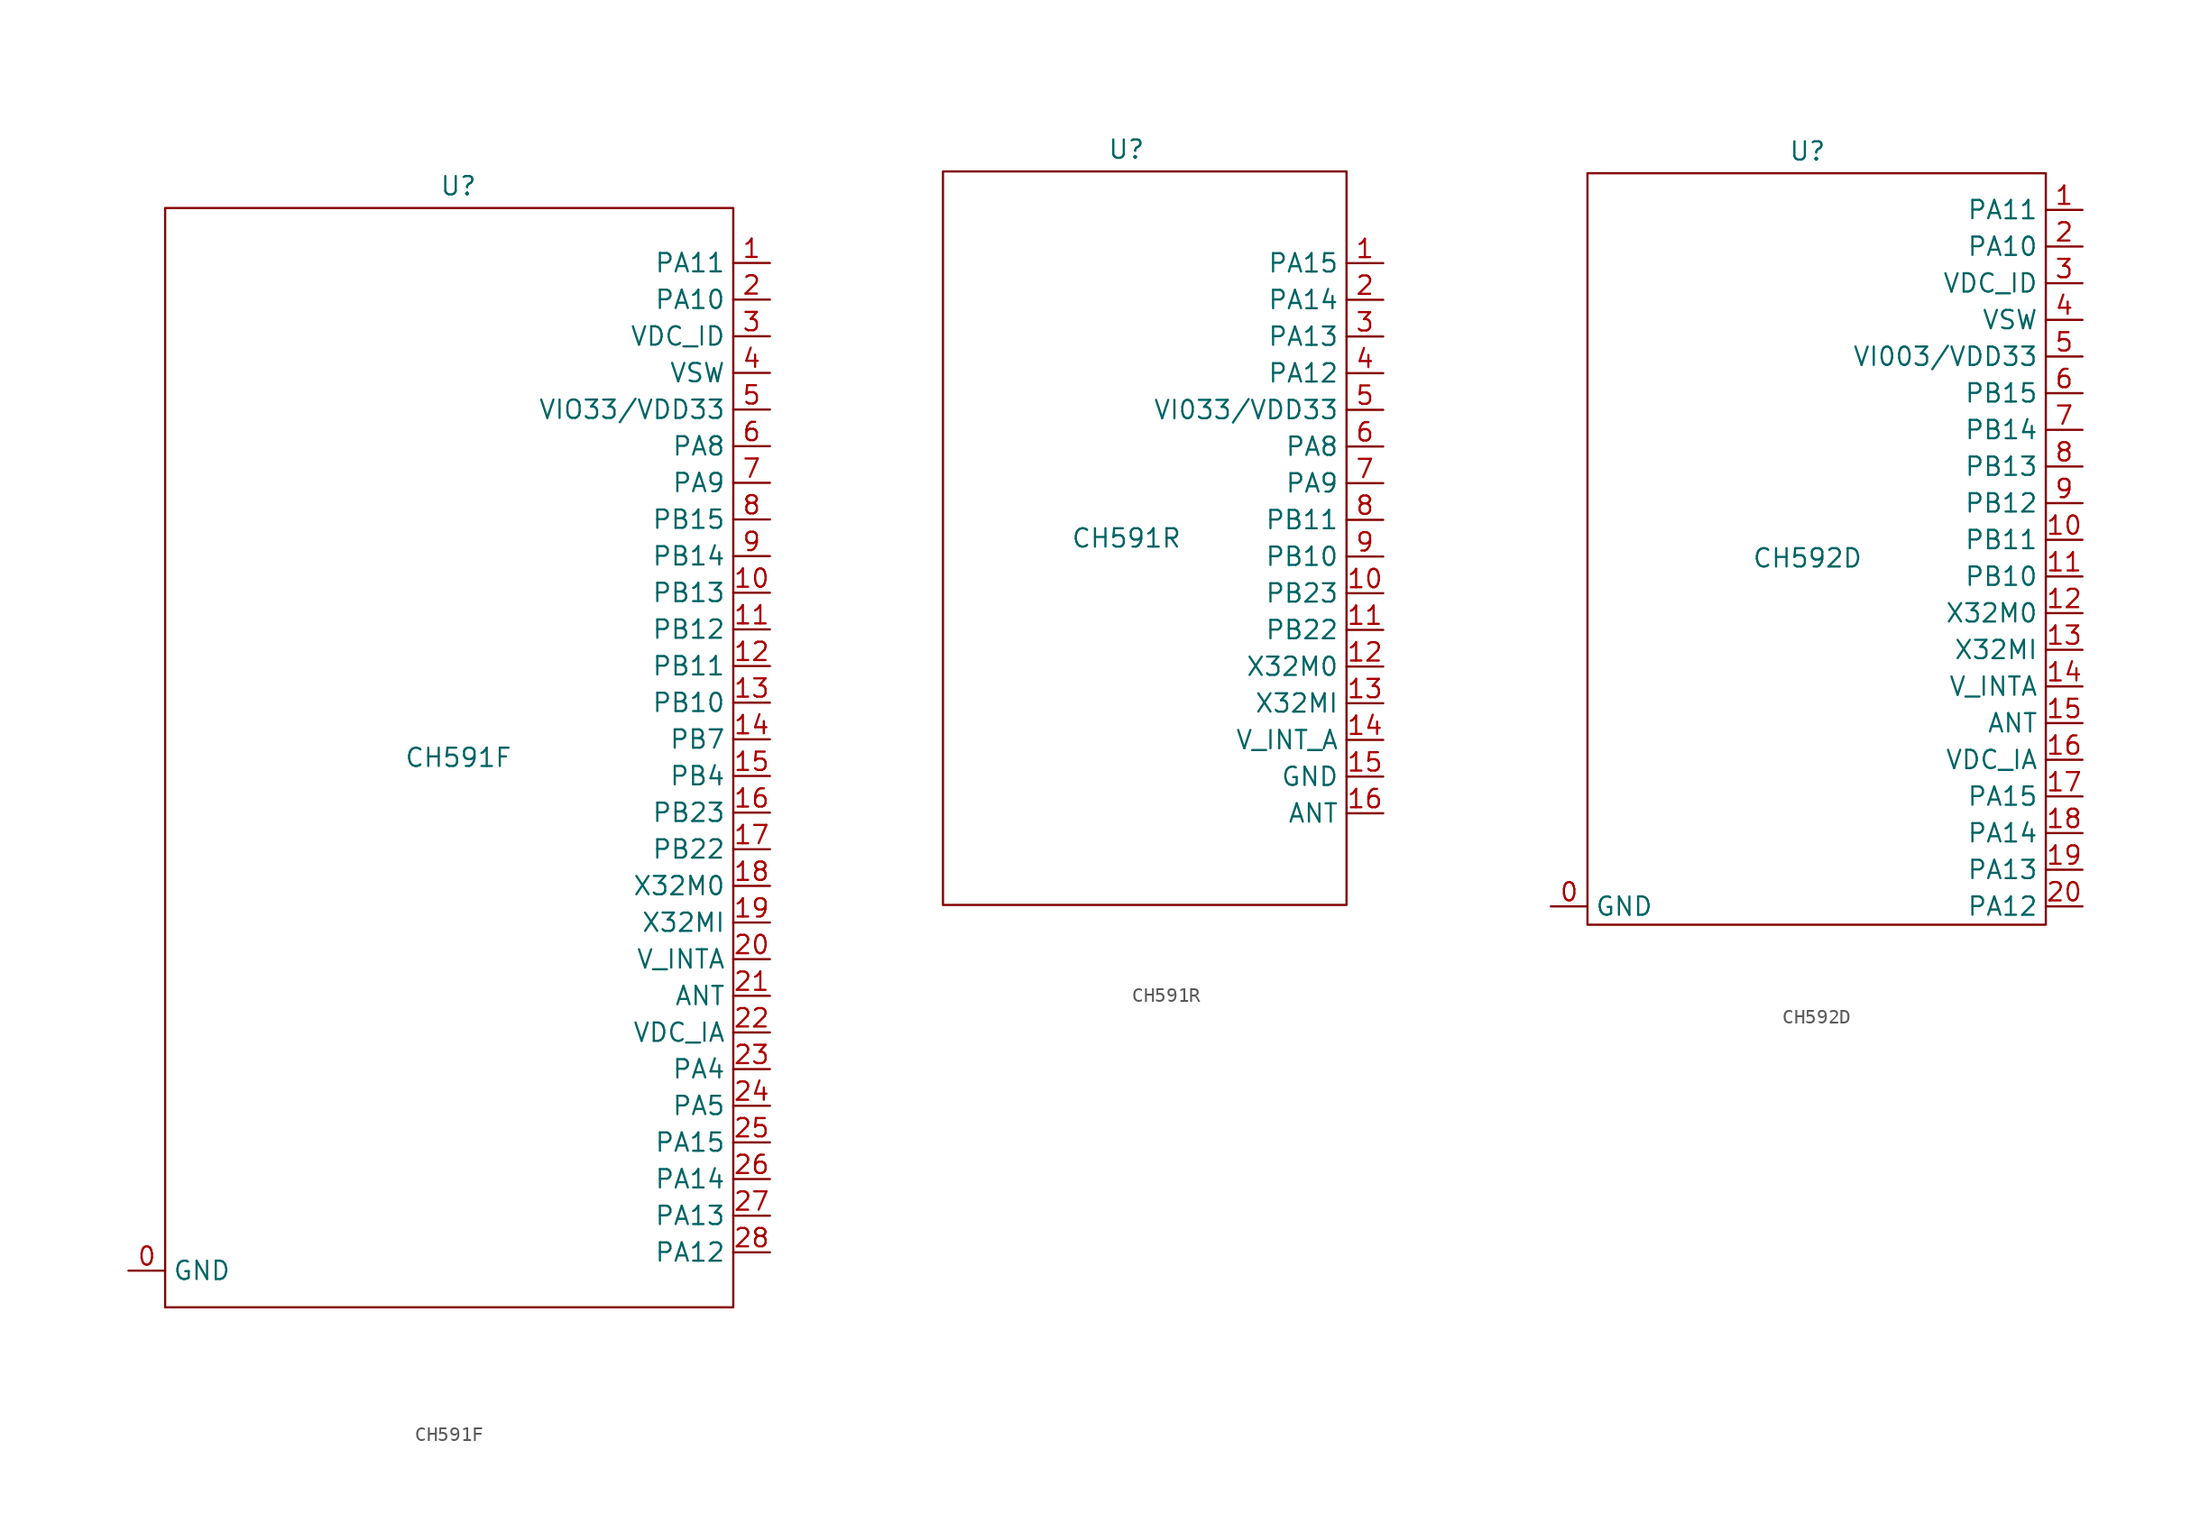
<source format=kicad_sym>
(kicad_symbol_lib
  (version 20231120)
  (generator "kicad_symbol_editor")
  (generator_version "8.0")
  (symbol "CH591F"
    (property "Reference" "U"
      (at 0 39.624 0)
      (effects (font (size 1.27 1.27))))
    (property "Value" "CH591F"
      (at 0 0 0)
      (effects (font (size 1.27 1.27))))
    (symbol "CH591F_0_1"
      (rectangle (start -20.32 38.1) (end 19.05 -38.1) (stroke (width 0) (type default)) (fill (type none))))
    (symbol "CH591F_1_1"
      (pin power_in line (at -22.86 -35.56 0) (length 2.54) (name "GND" (effects (font (size 1.27 1.27)))) (number "0" (effects (font (size 1.27 1.27)))))
      (pin bidirectional line (at 21.59 34.29 180) (length 2.54) (name "PA11" (effects (font (size 1.27 1.27)))) (number "1" (effects (font (size 1.27 1.27)))) (alternate "TMR2" bidirectional line) (alternate "X32KO" output line))
      (pin bidirectional line (at 21.59 11.43 180) (length 2.54) (name "PB13" (effects (font (size 1.27 1.27)))) (number "10" (effects (font (size 1.27 1.27)))) (alternate "DCD_" bidirectional line) (alternate "SCK0_" bidirectional line) (alternate "TXD1_" output line))
      (pin bidirectional line (at 21.59 8.89 180) (length 2.54) (name "PB12" (effects (font (size 1.27 1.27)))) (number "11" (effects (font (size 1.27 1.27)))) (alternate "RI_" input line) (alternate "RXD1_" input line) (alternate "SCS_" bidirectional line))
      (pin bidirectional line (at 21.59 6.35 180) (length 2.54) (name "PB11" (effects (font (size 1.27 1.27)))) (number "12" (effects (font (size 1.27 1.27)))) (alternate "TMR2_" bidirectional line) (alternate "UD+" bidirectional line))
      (pin bidirectional line (at 21.59 3.81 180) (length 2.54) (name "PB10" (effects (font (size 1.27 1.27)))) (number "13" (effects (font (size 1.27 1.27)))) (alternate "TMR1_" bidirectional line) (alternate "UD-" bidirectional line))
      (pin bidirectional line (at 21.59 1.27 180) (length 2.54) (name "PB7" (effects (font (size 1.27 1.27)))) (number "14" (effects (font (size 1.27 1.27)))) (alternate "PWM9" output line) (alternate "TXD0" output line))
      (pin bidirectional line (at 21.59 -1.27 180) (length 2.54) (name "PB4" (effects (font (size 1.27 1.27)))) (number "15" (effects (font (size 1.27 1.27)))) (alternate "PWM7" output line) (alternate "RXD0" input line))
      (pin bidirectional line (at 21.59 -3.81 180) (length 2.54) (name "PB23" (effects (font (size 1.27 1.27)))) (number "16" (effects (font (size 1.27 1.27)))) (alternate "PWM11" output line) (alternate "RST" input line) (alternate "TMR0_" bidirectional line))
      (pin bidirectional line (at 21.59 -6.35 180) (length 2.54) (name "PB22" (effects (font (size 1.27 1.27)))) (number "17" (effects (font (size 1.27 1.27)))) (alternate "TMR3" bidirectional line))
      (pin bidirectional line (at 21.59 -8.89 180) (length 2.54) (name "X32M0" (effects (font (size 1.27 1.27)))) (number "18" (effects (font (size 1.27 1.27)))))
      (pin bidirectional line (at 21.59 -11.43 180) (length 2.54) (name "X32MI" (effects (font (size 1.27 1.27)))) (number "19" (effects (font (size 1.27 1.27)))))
      (pin bidirectional line (at 21.59 31.75 180) (length 2.54) (name "PA10" (effects (font (size 1.27 1.27)))) (number "2" (effects (font (size 1.27 1.27)))) (alternate "TRM1" bidirectional line) (alternate "X32KI" input line))
      (pin bidirectional line (at 21.59 -13.97 180) (length 2.54) (name "V_INTA" (effects (font (size 1.27 1.27)))) (number "20" (effects (font (size 1.27 1.27)))))
      (pin bidirectional line (at 21.59 -16.51 180) (length 2.54) (name "ANT" (effects (font (size 1.27 1.27)))) (number "21" (effects (font (size 1.27 1.27)))))
      (pin bidirectional line (at 21.59 -19.05 180) (length 2.54) (name "VDC_IA" (effects (font (size 1.27 1.27)))) (number "22" (effects (font (size 1.27 1.27)))))
      (pin bidirectional line (at 21.59 -21.59 180) (length 2.54) (name "PA4" (effects (font (size 1.27 1.27)))) (number "23" (effects (font (size 1.27 1.27)))) (alternate "AIN0" input line))
      (pin bidirectional line (at 21.59 -24.13 180) (length 2.54) (name "PA5" (effects (font (size 1.27 1.27)))) (number "24" (effects (font (size 1.27 1.27)))) (alternate "AIN1" input line))
      (pin bidirectional line (at 21.59 -26.67 180) (length 2.54) (name "PA15" (effects (font (size 1.27 1.27)))) (number "25" (effects (font (size 1.27 1.27)))) (alternate "AIN5" input line) (alternate "MISO" input line) (alternate "RXD0_" input line))
      (pin bidirectional line (at 21.59 -29.21 180) (length 2.54) (name "PA14" (effects (font (size 1.27 1.27)))) (number "26" (effects (font (size 1.27 1.27)))) (alternate "AIN4" input line) (alternate "MOSI" output line) (alternate "TXD0_" output line))
      (pin bidirectional line (at 21.59 -31.75 180) (length 2.54) (name "PA13" (effects (font (size 1.27 1.27)))) (number "27" (effects (font (size 1.27 1.27)))) (alternate "AIN3" input line) (alternate "PWM5" output line) (alternate "SCK0" bidirectional line))
      (pin bidirectional line (at 21.59 -34.29 180) (length 2.54) (name "PA12" (effects (font (size 1.27 1.27)))) (number "28" (effects (font (size 1.27 1.27)))) (alternate "AIN2" input line) (alternate "PWM4" output line) (alternate "SCS" bidirectional line))
      (pin bidirectional line (at 21.59 29.21 180) (length 2.54) (name "VDC_ID" (effects (font (size 1.27 1.27)))) (number "3" (effects (font (size 1.27 1.27)))))
      (pin bidirectional line (at 21.59 26.67 180) (length 2.54) (name "VSW" (effects (font (size 1.27 1.27)))) (number "4" (effects (font (size 1.27 1.27)))))
      (pin power_in line (at 21.59 24.13 180) (length 2.54) (name "VIO33/VDD33" (effects (font (size 1.27 1.27)))) (number "5" (effects (font (size 1.27 1.27)))))
      (pin bidirectional line (at 21.59 21.59 180) (length 2.54) (name "PA8" (effects (font (size 1.27 1.27)))) (number "6" (effects (font (size 1.27 1.27)))) (alternate "RXD1" input line))
      (pin bidirectional line (at 21.59 19.05 180) (length 2.54) (name "PA9" (effects (font (size 1.27 1.27)))) (number "7" (effects (font (size 1.27 1.27)))) (alternate "TMR0" bidirectional line) (alternate "TXD1" output line))
      (pin bidirectional line (at 21.59 16.51 180) (length 2.54) (name "PB15" (effects (font (size 1.27 1.27)))) (number "8" (effects (font (size 1.27 1.27)))) (alternate "DTR" bidirectional line) (alternate "MISO_" input line) (alternate "TCK" bidirectional line))
      (pin bidirectional line (at 21.59 13.97 180) (length 2.54) (name "PB14" (effects (font (size 1.27 1.27)))) (number "9" (effects (font (size 1.27 1.27)))) (alternate "DSR" bidirectional line) (alternate "MOSI_" output line) (alternate "PWM10" output line) (alternate "TIO" bidirectional line))))
  (symbol "CH591R"
    (property "Reference" "U"
      (at 0 26.924 0)
      (effects (font (size 1.27 1.27))))
    (property "Value" "CH591R"
      (at 0 0 0)
      (effects (font (size 1.27 1.27))))
    (symbol "CH591R_0_1"
      (rectangle (start 15.24 25.4) (end -12.7 -25.4) (stroke (width 0) (type default)) (fill (type none))))
    (symbol "CH591R_1_1"
      (pin bidirectional line (at 17.78 19.05 180) (length 2.54) (name "PA15" (effects (font (size 1.27 1.27)))) (number "1" (effects (font (size 1.27 1.27)))) (alternate "AIN5" input line) (alternate "MISO" input line) (alternate "RXD0_" input line))
      (pin bidirectional line (at 17.78 -3.81 180) (length 2.54) (name "PB23" (effects (font (size 1.27 1.27)))) (number "10" (effects (font (size 1.27 1.27)))) (alternate "PWM11" output line) (alternate "RST" input line) (alternate "TMR0_" bidirectional line))
      (pin bidirectional line (at 17.78 -6.35 180) (length 2.54) (name "PB22" (effects (font (size 1.27 1.27)))) (number "11" (effects (font (size 1.27 1.27)))) (alternate "TMR3" bidirectional line))
      (pin bidirectional line (at 17.78 -8.89 180) (length 2.54) (name "X32M0" (effects (font (size 1.27 1.27)))) (number "12" (effects (font (size 1.27 1.27)))))
      (pin bidirectional line (at 17.78 -11.43 180) (length 2.54) (name "X32MI" (effects (font (size 1.27 1.27)))) (number "13" (effects (font (size 1.27 1.27)))))
      (pin bidirectional line (at 17.78 -13.97 180) (length 2.54) (name "V_INT_A" (effects (font (size 1.27 1.27)))) (number "14" (effects (font (size 1.27 1.27)))))
      (pin power_in line (at 17.78 -16.51 180) (length 2.54) (name "GND" (effects (font (size 1.27 1.27)))) (number "15" (effects (font (size 1.27 1.27)))))
      (pin bidirectional line (at 17.78 -19.05 180) (length 2.54) (name "ANT" (effects (font (size 1.27 1.27)))) (number "16" (effects (font (size 1.27 1.27)))))
      (pin bidirectional line (at 17.78 16.51 180) (length 2.54) (name "PA14" (effects (font (size 1.27 1.27)))) (number "2" (effects (font (size 1.27 1.27)))) (alternate "AIN4" input line) (alternate "MOSI" output line) (alternate "TXD0_" output line))
      (pin bidirectional line (at 17.78 13.97 180) (length 2.54) (name "PA13" (effects (font (size 1.27 1.27)))) (number "3" (effects (font (size 1.27 1.27)))) (alternate "AIN3" input line) (alternate "PWM5" output line) (alternate "SCK0" bidirectional line))
      (pin bidirectional line (at 17.78 11.43 180) (length 2.54) (name "PA12" (effects (font (size 1.27 1.27)))) (number "4" (effects (font (size 1.27 1.27)))) (alternate "AIN2" input line) (alternate "PWM4" output line) (alternate "SCS" bidirectional line))
      (pin power_in line (at 17.78 8.89 180) (length 2.54) (name "VI033/VDD33" (effects (font (size 1.27 1.27)))) (number "5" (effects (font (size 1.27 1.27)))))
      (pin bidirectional line (at 17.78 6.35 180) (length 2.54) (name "PA8" (effects (font (size 1.27 1.27)))) (number "6" (effects (font (size 1.27 1.27)))) (alternate "RXD1" input line))
      (pin bidirectional line (at 17.78 3.81 180) (length 2.54) (name "PA9" (effects (font (size 1.27 1.27)))) (number "7" (effects (font (size 1.27 1.27)))) (alternate "TMR0" bidirectional line) (alternate "TXD1" output line))
      (pin bidirectional line (at 17.78 1.27 180) (length 2.54) (name "PB11" (effects (font (size 1.27 1.27)))) (number "8" (effects (font (size 1.27 1.27)))) (alternate "TMR2_" bidirectional line) (alternate "UD+" bidirectional line))
      (pin bidirectional line (at 17.78 -1.27 180) (length 2.54) (name "PB10" (effects (font (size 1.27 1.27)))) (number "9" (effects (font (size 1.27 1.27)))) (alternate "TMR1_" bidirectional line) (alternate "UD-" bidirectional line))))
  (symbol "CH592D"
    (property "Reference" "U"
      (at 0 28.194 0)
      (effects (font (size 1.27 1.27))))
    (property "Value" "CH592D"
      (at 0 0 0)
      (effects (font (size 1.27 1.27))))
    (symbol "CH592D_0_1"
      (rectangle (start 16.51 26.67) (end -15.24 -25.4) (stroke (width 0) (type default)) (fill (type none))))
    (symbol "CH592D_1_1"
      (pin bidirectional line (at -17.78 -24.13 0) (length 2.54) (name "GND" (effects (font (size 1.27 1.27)))) (number "0" (effects (font (size 1.27 1.27)))))
      (pin bidirectional line (at 19.05 24.13 180) (length 2.54) (name "PA11" (effects (font (size 1.27 1.27)))) (number "1" (effects (font (size 1.27 1.27)))) (alternate "TMR2" bidirectional line) (alternate "X32KO" output line))
      (pin bidirectional line (at 19.05 1.27 180) (length 2.54) (name "PB11" (effects (font (size 1.27 1.27)))) (number "10" (effects (font (size 1.27 1.27)))) (alternate "TMR2_" bidirectional line) (alternate "UD+" bidirectional line))
      (pin bidirectional line (at 19.05 -1.27 180) (length 2.54) (name "PB10" (effects (font (size 1.27 1.27)))) (number "11" (effects (font (size 1.27 1.27)))) (alternate "TMR1_" bidirectional line) (alternate "UD-" bidirectional line))
      (pin bidirectional line (at 19.05 -3.81 180) (length 2.54) (name "X32M0" (effects (font (size 1.27 1.27)))) (number "12" (effects (font (size 1.27 1.27)))))
      (pin bidirectional line (at 19.05 -6.35 180) (length 2.54) (name "X32MI" (effects (font (size 1.27 1.27)))) (number "13" (effects (font (size 1.27 1.27)))))
      (pin bidirectional line (at 19.05 -8.89 180) (length 2.54) (name "V_INTA" (effects (font (size 1.27 1.27)))) (number "14" (effects (font (size 1.27 1.27)))))
      (pin bidirectional line (at 19.05 -11.43 180) (length 2.54) (name "ANT" (effects (font (size 1.27 1.27)))) (number "15" (effects (font (size 1.27 1.27)))))
      (pin bidirectional line (at 19.05 -13.97 180) (length 2.54) (name "VDC_IA" (effects (font (size 1.27 1.27)))) (number "16" (effects (font (size 1.27 1.27)))))
      (pin bidirectional line (at 19.05 -16.51 180) (length 2.54) (name "PA15" (effects (font (size 1.27 1.27)))) (number "17" (effects (font (size 1.27 1.27)))) (alternate "AIN5" input line) (alternate "MISO" input line) (alternate "RXD0_" input line))
      (pin bidirectional line (at 19.05 -19.05 180) (length 2.54) (name "PA14" (effects (font (size 1.27 1.27)))) (number "18" (effects (font (size 1.27 1.27)))) (alternate "AIN4" input line) (alternate "MOSI" output line) (alternate "TXD0_" output line))
      (pin bidirectional line (at 19.05 -21.59 180) (length 2.54) (name "PA13" (effects (font (size 1.27 1.27)))) (number "19" (effects (font (size 1.27 1.27)))) (alternate "AIN3" input line) (alternate "PWM5" output line) (alternate "SCK0" bidirectional line))
      (pin bidirectional line (at 19.05 21.59 180) (length 2.54) (name "PA10" (effects (font (size 1.27 1.27)))) (number "2" (effects (font (size 1.27 1.27)))) (alternate "TMR1" bidirectional line) (alternate "X32KI" input line))
      (pin bidirectional line (at 19.05 -24.13 180) (length 2.54) (name "PA12" (effects (font (size 1.27 1.27)))) (number "20" (effects (font (size 1.27 1.27)))) (alternate "AIN2" input line) (alternate "PWM4" output line) (alternate "SCS" bidirectional line))
      (pin bidirectional line (at 19.05 19.05 180) (length 2.54) (name "VDC_ID" (effects (font (size 1.27 1.27)))) (number "3" (effects (font (size 1.27 1.27)))))
      (pin bidirectional line (at 19.05 16.51 180) (length 2.54) (name "VSW" (effects (font (size 1.27 1.27)))) (number "4" (effects (font (size 1.27 1.27)))))
      (pin bidirectional line (at 19.05 13.97 180) (length 2.54) (name "VI003/VDD33" (effects (font (size 1.27 1.27)))) (number "5" (effects (font (size 1.27 1.27)))))
      (pin bidirectional line (at 19.05 11.43 180) (length 2.54) (name "PB15" (effects (font (size 1.27 1.27)))) (number "6" (effects (font (size 1.27 1.27)))) (alternate "MISO_" input line) (alternate "SDA" bidirectional line) (alternate "TCK" bidirectional line))
      (pin bidirectional line (at 19.05 8.89 180) (length 2.54) (name "PB14" (effects (font (size 1.27 1.27)))) (number "7" (effects (font (size 1.27 1.27)))) (alternate "MOSI_" output line) (alternate "PWM10" output line) (alternate "SDA" bidirectional line) (alternate "TIO" bidirectional line))
      (pin bidirectional line (at 19.05 6.35 180) (length 2.54) (name "PB13" (effects (font (size 1.27 1.27)))) (number "8" (effects (font (size 1.27 1.27)))) (alternate "SCK0_" bidirectional line) (alternate "TXD1_" output line))
      (pin bidirectional line (at 19.05 3.81 180) (length 2.54) (name "PB12" (effects (font (size 1.27 1.27)))) (number "9" (effects (font (size 1.27 1.27)))) (alternate "RXD1_" input line) (alternate "SCS_" bidirectional line)))))
</source>
